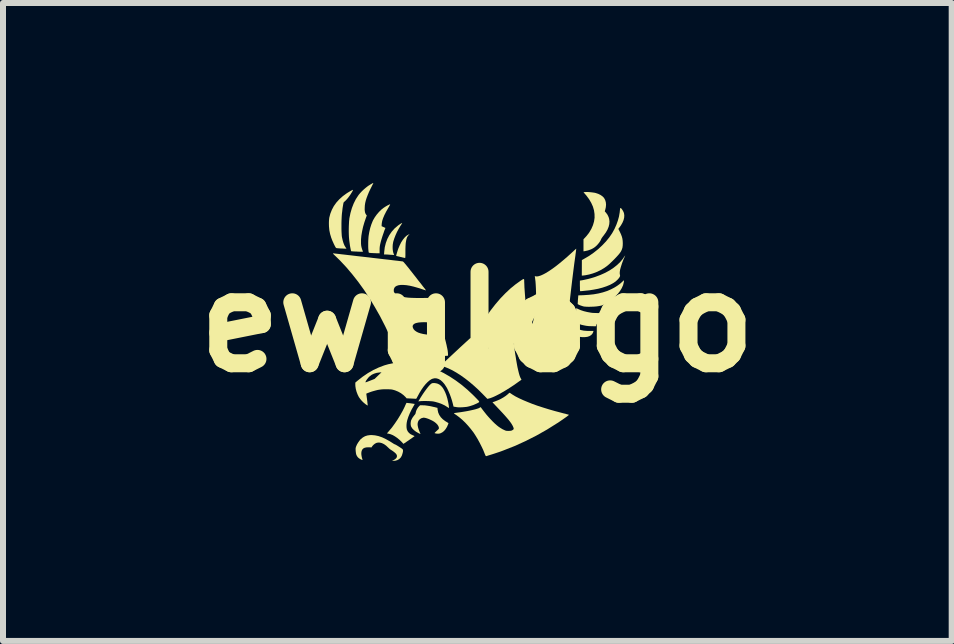
<source format=kicad_pcb>
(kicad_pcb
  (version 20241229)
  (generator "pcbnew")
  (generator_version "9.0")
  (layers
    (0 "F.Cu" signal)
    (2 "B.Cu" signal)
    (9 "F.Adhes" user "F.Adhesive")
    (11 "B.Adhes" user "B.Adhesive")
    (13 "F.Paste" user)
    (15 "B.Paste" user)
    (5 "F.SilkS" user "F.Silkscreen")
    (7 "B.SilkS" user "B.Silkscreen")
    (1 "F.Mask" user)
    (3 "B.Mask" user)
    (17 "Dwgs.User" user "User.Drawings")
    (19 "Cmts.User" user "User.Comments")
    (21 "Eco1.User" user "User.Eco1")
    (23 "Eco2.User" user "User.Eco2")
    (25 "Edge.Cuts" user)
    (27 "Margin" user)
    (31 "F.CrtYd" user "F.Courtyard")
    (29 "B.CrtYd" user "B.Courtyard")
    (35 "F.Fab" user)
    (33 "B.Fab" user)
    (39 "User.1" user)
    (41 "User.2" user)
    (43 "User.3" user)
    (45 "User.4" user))
  (footprint "ewulogo"
    (layer "F.Cu")
    (at 4.906 2.315)
    (property "Reference" "ewulogo" (at 0 0 0) (layer "F.SilkS") (effects (font (size 1.524 1.524) (thickness 0.3))))
    (attr board_only exclude_from_pos_files exclude_from_bom)
    (fp_poly (pts (xy 2.468 -1.113) (xy 2.466 -1.111) (xy 2.464 -1.113) (xy 2.466 -1.115)) (stroke (width 0) (type solid)) (fill yes) (layer "F.SilkS"))
    (fp_poly (pts (xy 1.631 0.077) (xy 1.64 0.088) (xy 1.641 0.088) (xy 1.664 0.109) (xy 1.694 0.125) (xy 1.73 0.137) (xy 1.774 0.146) (xy 1.825 0.15) (xy 1.864 0.151) (xy 1.935 0.151) (xy 1.932 0.166) (xy 1.927 0.179) (xy 1.919 0.194) (xy 1.916 0.199) (xy 1.895 0.221) (xy 1.867 0.238) (xy 1.833 0.249) (xy 1.792 0.254) (xy 1.746 0.254) (xy 1.705 0.249) (xy 1.683 0.245) (xy 1.661 0.241) (xy 1.643 0.237) (xy 1.641 0.237) (xy 1.616 0.23) (xy 1.617 0.16) (xy 1.618 0.134) (xy 1.618 0.112) (xy 1.619 0.093) (xy 1.62 0.081) (xy 1.621 0.078) (xy 1.622 0.073) (xy 1.625 0.072)) (stroke (width 0) (type solid)) (fill yes) (layer "F.SilkS"))
    (fp_poly (pts (xy -1.146 -1.446) (xy -1.16 -1.429) (xy -1.172 -1.408) (xy -1.181 -1.382) (xy -1.188 -1.35) (xy -1.194 -1.312) (xy -1.197 -1.266) (xy -1.199 -1.213) (xy -1.199 -1.176) (xy -1.199 -1.138) (xy -1.199 -1.108) (xy -1.2 -1.087) (xy -1.201 -1.073) (xy -1.203 -1.066) (xy -1.204 -1.065) (xy -1.21 -1.066) (xy -1.223 -1.069) (xy -1.242 -1.073) (xy -1.265 -1.079) (xy -1.28 -1.082) (xy -1.304 -1.088) (xy -1.325 -1.093) (xy -1.341 -1.096) (xy -1.35 -1.099) (xy -1.352 -1.1) (xy -1.352 -1.105) (xy -1.35 -1.117) (xy -1.345 -1.134) (xy -1.339 -1.155) (xy -1.332 -1.177) (xy -1.325 -1.2) (xy -1.318 -1.22) (xy -1.318 -1.22) (xy -1.294 -1.277) (xy -1.269 -1.327) (xy -1.241 -1.37) (xy -1.212 -1.406) (xy -1.183 -1.434) (xy -1.152 -1.453) (xy -1.145 -1.456) (xy -1.128 -1.463)) (stroke (width 0) (type solid)) (fill yes) (layer "F.SilkS"))
    (fp_poly (pts (xy -1.252 -1.648) (xy -1.255 -1.644) (xy -1.261 -1.633) (xy -1.27 -1.618) (xy -1.278 -1.607) (xy -1.309 -1.555) (xy -1.338 -1.501) (xy -1.363 -1.446) (xy -1.384 -1.392) (xy -1.4 -1.342) (xy -1.404 -1.324) (xy -1.41 -1.288) (xy -1.412 -1.25) (xy -1.411 -1.212) (xy -1.407 -1.178) (xy -1.4 -1.149) (xy -1.398 -1.144) (xy -1.386 -1.115) (xy -1.403 -1.116) (xy -1.414 -1.117) (xy -1.432 -1.118) (xy -1.454 -1.119) (xy -1.467 -1.12) (xy -1.49 -1.122) (xy -1.511 -1.123) (xy -1.528 -1.124) (xy -1.535 -1.124) (xy -1.555 -1.124) (xy -1.552 -1.169) (xy -1.543 -1.244) (xy -1.525 -1.316) (xy -1.5 -1.383) (xy -1.467 -1.446) (xy -1.427 -1.504) (xy -1.38 -1.557) (xy -1.326 -1.603) (xy -1.324 -1.605) (xy -1.306 -1.618) (xy -1.288 -1.63) (xy -1.273 -1.64) (xy -1.261 -1.646) (xy -1.254 -1.649)) (stroke (width 0) (type solid)) (fill yes) (layer "F.SilkS"))
    (fp_poly (pts (xy -0.707 1.02) (xy -0.67 1.027) (xy -0.636 1.042) (xy -0.606 1.065) (xy -0.578 1.097) (xy -0.556 1.133) (xy -0.535 1.176) (xy -0.516 1.225) (xy -0.5 1.278) (xy -0.487 1.335) (xy -0.48 1.371) (xy -0.477 1.39) (xy -0.475 1.408) (xy -0.473 1.42) (xy -0.473 1.42) (xy -0.472 1.43) (xy -0.474 1.435) (xy -0.474 1.435) (xy -0.479 1.432) (xy -0.49 1.426) (xy -0.501 1.419) (xy -0.542 1.393) (xy -0.59 1.37) (xy -0.643 1.35) (xy -0.698 1.334) (xy -0.729 1.327) (xy -0.749 1.324) (xy -0.776 1.322) (xy -0.808 1.32) (xy -0.842 1.319) (xy -0.876 1.319) (xy -0.909 1.319) (xy -0.937 1.32) (xy -0.958 1.322) (xy -0.961 1.322) (xy -0.984 1.325) (xy -0.971 1.304) (xy -0.949 1.267) (xy -0.925 1.229) (xy -0.9 1.191) (xy -0.875 1.155) (xy -0.85 1.121) (xy -0.827 1.091) (xy -0.806 1.066) (xy -0.789 1.048) (xy -0.787 1.046) (xy -0.772 1.033) (xy -0.759 1.024) (xy -0.744 1.02) (xy -0.726 1.019)) (stroke (width 0) (type solid)) (fill yes) (layer "F.SilkS"))
    (fp_poly (pts (xy 2.444 -0.688) (xy 2.443 -0.677) (xy 2.441 -0.661) (xy 2.429 -0.612) (xy 2.407 -0.563) (xy 2.377 -0.514) (xy 2.339 -0.465) (xy 2.292 -0.418) (xy 2.238 -0.372) (xy 2.175 -0.327) (xy 2.14 -0.305) (xy 2.121 -0.294) (xy 2.104 -0.285) (xy 2.087 -0.278) (xy 2.067 -0.272) (xy 2.044 -0.267) (xy 2.014 -0.262) (xy 1.986 -0.258) (xy 1.964 -0.256) (xy 1.936 -0.254) (xy 1.905 -0.253) (xy 1.873 -0.252) (xy 1.842 -0.252) (xy 1.814 -0.253) (xy 1.791 -0.255) (xy 1.778 -0.256) (xy 1.755 -0.262) (xy 1.731 -0.27) (xy 1.708 -0.278) (xy 1.69 -0.287) (xy 1.687 -0.288) (xy 1.672 -0.297) (xy 1.675 -0.342) (xy 1.676 -0.365) (xy 1.678 -0.389) (xy 1.68 -0.409) (xy 1.68 -0.414) (xy 1.683 -0.442) (xy 1.765 -0.445) (xy 1.856 -0.451) (xy 1.94 -0.46) (xy 2.019 -0.474) (xy 2.092 -0.492) (xy 2.163 -0.515) (xy 2.166 -0.516) (xy 2.226 -0.542) (xy 2.284 -0.572) (xy 2.338 -0.606) (xy 2.386 -0.642) (xy 2.408 -0.662) (xy 2.423 -0.676) (xy 2.434 -0.686) (xy 2.442 -0.692) (xy 2.444 -0.693)) (stroke (width 0) (type solid)) (fill yes) (layer "F.SilkS"))
    (fp_poly (pts (xy -1.177 1.35) (xy -1.165 1.351) (xy -1.149 1.353) (xy -1.128 1.355) (xy -1.107 1.358) (xy -1.086 1.361) (xy -1.067 1.364) (xy -1.053 1.366) (xy -1.045 1.367) (xy -1.044 1.368) (xy -1.046 1.372) (xy -1.051 1.382) (xy -1.059 1.396) (xy -1.063 1.403) (xy -1.097 1.463) (xy -1.126 1.523) (xy -1.15 1.581) (xy -1.168 1.637) (xy -1.17 1.645) (xy -1.176 1.673) (xy -1.18 1.704) (xy -1.181 1.735) (xy -1.18 1.763) (xy -1.176 1.786) (xy -1.176 1.79) (xy -1.162 1.822) (xy -1.14 1.85) (xy -1.112 1.872) (xy -1.077 1.889) (xy -1.074 1.891) (xy -1.06 1.896) (xy -1.05 1.901) (xy -1.047 1.904) (xy -1.051 1.908) (xy -1.062 1.916) (xy -1.078 1.927) (xy -1.098 1.942) (xy -1.122 1.958) (xy -1.14 1.971) (xy -1.232 2.033) (xy -1.261 2.001) (xy -1.296 1.967) (xy -1.333 1.936) (xy -1.372 1.909) (xy -1.41 1.887) (xy -1.447 1.872) (xy -1.477 1.864) (xy -1.507 1.859) (xy -1.473 1.819) (xy -1.424 1.761) (xy -1.376 1.695) (xy -1.328 1.624) (xy -1.284 1.552) (xy -1.243 1.479) (xy -1.208 1.408) (xy -1.206 1.402) (xy -1.197 1.382) (xy -1.189 1.366) (xy -1.184 1.355) (xy -1.182 1.35) (xy -1.182 1.35)) (stroke (width 0) (type solid)) (fill yes) (layer "F.SilkS"))
    (fp_poly (pts (xy 1.839 -2.165) (xy 1.868 -2.163) (xy 1.899 -2.16) (xy 1.93 -2.156) (xy 1.956 -2.152) (xy 1.973 -2.148) (xy 2.015 -2.134) (xy 2.052 -2.116) (xy 2.084 -2.094) (xy 2.109 -2.069) (xy 2.112 -2.065) (xy 2.13 -2.032) (xy 2.141 -1.995) (xy 2.145 -1.954) (xy 2.141 -1.91) (xy 2.134 -1.879) (xy 2.124 -1.842) (xy 2.144 -1.82) (xy 2.169 -1.786) (xy 2.188 -1.746) (xy 2.197 -1.715) (xy 2.202 -1.674) (xy 2.199 -1.63) (xy 2.188 -1.585) (xy 2.169 -1.538) (xy 2.142 -1.491) (xy 2.108 -1.444) (xy 2.101 -1.435) (xy 2.087 -1.417) (xy 2.075 -1.4) (xy 2.066 -1.385) (xy 2.064 -1.38) (xy 2.05 -1.35) (xy 2.029 -1.319) (xy 2.004 -1.289) (xy 1.976 -1.261) (xy 1.947 -1.238) (xy 1.944 -1.236) (xy 1.897 -1.21) (xy 1.844 -1.191) (xy 1.795 -1.18) (xy 1.769 -1.176) (xy 1.769 -1.377) (xy 1.802 -1.412) (xy 1.82 -1.432) (xy 1.839 -1.456) (xy 1.857 -1.479) (xy 1.864 -1.489) (xy 1.9 -1.55) (xy 1.927 -1.612) (xy 1.945 -1.674) (xy 1.954 -1.736) (xy 1.953 -1.798) (xy 1.944 -1.86) (xy 1.926 -1.922) (xy 1.898 -1.984) (xy 1.862 -2.045) (xy 1.817 -2.106) (xy 1.803 -2.122) (xy 1.769 -2.161) (xy 1.794 -2.164) (xy 1.813 -2.165)) (stroke (width 0) (type solid)) (fill yes) (layer "F.SilkS"))
    (fp_poly (pts (xy 2.461 -1.1) (xy 2.457 -1.089) (xy 2.45 -1.073) (xy 2.443 -1.058) (xy 2.433 -1.034) (xy 2.422 -1.005) (xy 2.411 -0.976) (xy 2.405 -0.957) (xy 2.39 -0.91) (xy 2.379 -0.869) (xy 2.374 -0.835) (xy 2.373 -0.808) (xy 2.376 -0.786) (xy 2.377 -0.783) (xy 2.379 -0.769) (xy 2.374 -0.752) (xy 2.362 -0.733) (xy 2.343 -0.71) (xy 2.34 -0.707) (xy 2.305 -0.674) (xy 2.262 -0.645) (xy 2.21 -0.617) (xy 2.151 -0.593) (xy 2.085 -0.571) (xy 2.013 -0.552) (xy 1.934 -0.537) (xy 1.895 -0.531) (xy 1.871 -0.527) (xy 1.843 -0.524) (xy 1.813 -0.521) (xy 1.784 -0.518) (xy 1.758 -0.515) (xy 1.735 -0.513) (xy 1.719 -0.512) (xy 1.715 -0.512) (xy 1.713 -0.514) (xy 1.712 -0.521) (xy 1.71 -0.534) (xy 1.71 -0.554) (xy 1.71 -0.581) (xy 1.709 -0.6) (xy 1.709 -0.688) (xy 1.747 -0.694) (xy 1.773 -0.699) (xy 1.804 -0.706) (xy 1.84 -0.714) (xy 1.877 -0.724) (xy 1.914 -0.734) (xy 1.947 -0.744) (xy 1.968 -0.751) (xy 2.053 -0.783) (xy 2.133 -0.819) (xy 2.206 -0.859) (xy 2.272 -0.903) (xy 2.33 -0.949) (xy 2.381 -0.998) (xy 2.424 -1.05) (xy 2.44 -1.074) (xy 2.45 -1.089) (xy 2.457 -1.099) (xy 2.462 -1.104) (xy 2.462 -1.105)) (stroke (width 0) (type solid)) (fill yes) (layer "F.SilkS"))
    (fp_poly (pts (xy 1.653 -0.227) (xy 1.664 -0.222) (xy 1.678 -0.215) (xy 1.722 -0.196) (xy 1.773 -0.179) (xy 1.83 -0.165) (xy 1.89 -0.154) (xy 1.92 -0.15) (xy 1.944 -0.149) (xy 1.975 -0.148) (xy 2.011 -0.147) (xy 2.049 -0.148) (xy 2.088 -0.149) (xy 2.124 -0.15) (xy 2.155 -0.153) (xy 2.18 -0.156) (xy 2.196 -0.158) (xy 2.209 -0.159) (xy 2.215 -0.159) (xy 2.215 -0.159) (xy 2.213 -0.155) (xy 2.205 -0.149) (xy 2.195 -0.142) (xy 2.172 -0.125) (xy 2.146 -0.104) (xy 2.118 -0.082) (xy 2.09 -0.059) (xy 2.064 -0.037) (xy 2.042 -0.018) (xy 2.03 -0.007) (xy 2.007 0.016) (xy 1.991 0.035) (xy 1.982 0.051) (xy 1.98 0.062) (xy 1.981 0.064) (xy 1.981 0.068) (xy 1.979 0.07) (xy 1.974 0.072) (xy 1.963 0.073) (xy 1.946 0.073) (xy 1.927 0.072) (xy 1.904 0.072) (xy 1.883 0.071) (xy 1.865 0.071) (xy 1.856 0.07) (xy 1.813 0.065) (xy 1.773 0.057) (xy 1.737 0.049) (xy 1.706 0.039) (xy 1.682 0.028) (xy 1.67 0.021) (xy 1.654 0.006) (xy 1.644 -0.009) (xy 1.64 -0.027) (xy 1.64 -0.043) (xy 1.64 -0.067) (xy 1.641 -0.094) (xy 1.642 -0.121) (xy 1.644 -0.149) (xy 1.645 -0.174) (xy 1.646 -0.197) (xy 1.647 -0.214) (xy 1.648 -0.225) (xy 1.648 -0.229)) (stroke (width 0) (type solid)) (fill yes) (layer "F.SilkS"))
    (fp_poly (pts (xy 2.389 -1.898) (xy 2.394 -1.895) (xy 2.405 -1.884) (xy 2.417 -1.867) (xy 2.429 -1.847) (xy 2.438 -1.827) (xy 2.443 -1.815) (xy 2.449 -1.778) (xy 2.447 -1.739) (xy 2.437 -1.697) (xy 2.419 -1.654) (xy 2.394 -1.61) (xy 2.375 -1.583) (xy 2.35 -1.55) (xy 2.375 -1.501) (xy 2.394 -1.46) (xy 2.408 -1.423) (xy 2.417 -1.389) (xy 2.422 -1.354) (xy 2.424 -1.315) (xy 2.424 -1.312) (xy 2.423 -1.274) (xy 2.419 -1.24) (xy 2.41 -1.21) (xy 2.397 -1.181) (xy 2.378 -1.151) (xy 2.353 -1.12) (xy 2.326 -1.09) (xy 2.289 -1.051) (xy 2.256 -1.018) (xy 2.228 -0.991) (xy 2.203 -0.967) (xy 2.18 -0.947) (xy 2.158 -0.929) (xy 2.135 -0.913) (xy 2.112 -0.897) (xy 2.101 -0.89) (xy 2.047 -0.859) (xy 1.987 -0.831) (xy 1.926 -0.808) (xy 1.863 -0.79) (xy 1.803 -0.778) (xy 1.774 -0.774) (xy 1.741 -0.771) (xy 1.742 -1.031) (xy 1.784 -1.054) (xy 1.863 -1.1) (xy 1.94 -1.154) (xy 2.013 -1.212) (xy 2.081 -1.275) (xy 2.144 -1.341) (xy 2.2 -1.41) (xy 2.248 -1.48) (xy 2.251 -1.486) (xy 2.286 -1.549) (xy 2.316 -1.616) (xy 2.341 -1.685) (xy 2.36 -1.754) (xy 2.372 -1.821) (xy 2.375 -1.85) (xy 2.377 -1.868) (xy 2.379 -1.883) (xy 2.381 -1.893) (xy 2.381 -1.893) (xy 2.384 -1.899)) (stroke (width 0) (type solid)) (fill yes) (layer "F.SilkS"))
    (fp_poly (pts (xy -1.454 -1.956) (xy -1.459 -1.945) (xy -1.467 -1.93) (xy -1.478 -1.911) (xy -1.484 -1.901) (xy -1.52 -1.838) (xy -1.549 -1.781) (xy -1.571 -1.729) (xy -1.586 -1.683) (xy -1.593 -1.643) (xy -1.594 -1.633) (xy -1.596 -1.595) (xy -1.564 -1.581) (xy -1.532 -1.566) (xy -1.541 -1.543) (xy -1.551 -1.519) (xy -1.561 -1.488) (xy -1.573 -1.454) (xy -1.585 -1.418) (xy -1.596 -1.382) (xy -1.606 -1.349) (xy -1.613 -1.321) (xy -1.616 -1.309) (xy -1.623 -1.277) (xy -1.627 -1.249) (xy -1.629 -1.219) (xy -1.629 -1.199) (xy -1.629 -1.143) (xy -1.661 -1.144) (xy -1.679 -1.144) (xy -1.703 -1.145) (xy -1.729 -1.146) (xy -1.749 -1.147) (xy -1.771 -1.148) (xy -1.789 -1.15) (xy -1.802 -1.152) (xy -1.808 -1.153) (xy -1.808 -1.153) (xy -1.811 -1.161) (xy -1.814 -1.176) (xy -1.816 -1.198) (xy -1.818 -1.225) (xy -1.819 -1.256) (xy -1.819 -1.289) (xy -1.819 -1.322) (xy -1.818 -1.356) (xy -1.816 -1.388) (xy -1.814 -1.416) (xy -1.812 -1.434) (xy -1.801 -1.499) (xy -1.786 -1.564) (xy -1.767 -1.624) (xy -1.745 -1.679) (xy -1.737 -1.696) (xy -1.709 -1.744) (xy -1.676 -1.79) (xy -1.638 -1.834) (xy -1.598 -1.873) (xy -1.557 -1.905) (xy -1.553 -1.907) (xy -1.532 -1.921) (xy -1.51 -1.934) (xy -1.49 -1.945) (xy -1.473 -1.953) (xy -1.46 -1.959) (xy -1.453 -1.96)) (stroke (width 0) (type solid)) (fill yes) (layer "F.SilkS"))
    (fp_poly (pts (xy -2.072 -2.201) (xy -2.073 -2.196) (xy -2.078 -2.185) (xy -2.087 -2.168) (xy -2.1 -2.147) (xy -2.115 -2.123) (xy -2.127 -2.105) (xy -2.142 -2.085) (xy -2.158 -2.064) (xy -2.176 -2.043) (xy -2.194 -2.024) (xy -2.209 -2.009) (xy -2.221 -2) (xy -2.223 -1.999) (xy -2.227 -1.993) (xy -2.232 -1.979) (xy -2.236 -1.958) (xy -2.241 -1.929) (xy -2.247 -1.891) (xy -2.252 -1.845) (xy -2.257 -1.806) (xy -2.26 -1.771) (xy -2.262 -1.731) (xy -2.264 -1.687) (xy -2.265 -1.642) (xy -2.265 -1.596) (xy -2.265 -1.551) (xy -2.264 -1.509) (xy -2.262 -1.471) (xy -2.26 -1.439) (xy -2.257 -1.414) (xy -2.256 -1.41) (xy -2.245 -1.36) (xy -2.232 -1.316) (xy -2.217 -1.278) (xy -2.201 -1.25) (xy -2.181 -1.22) (xy -2.214 -1.221) (xy -2.233 -1.222) (xy -2.257 -1.223) (xy -2.283 -1.224) (xy -2.297 -1.225) (xy -2.324 -1.227) (xy -2.344 -1.229) (xy -2.354 -1.233) (xy -2.356 -1.234) (xy -2.361 -1.241) (xy -2.37 -1.256) (xy -2.38 -1.275) (xy -2.392 -1.299) (xy -2.403 -1.324) (xy -2.415 -1.35) (xy -2.425 -1.375) (xy -2.433 -1.397) (xy -2.434 -1.398) (xy -2.454 -1.464) (xy -2.467 -1.528) (xy -2.473 -1.593) (xy -2.474 -1.632) (xy -2.474 -1.659) (xy -2.473 -1.686) (xy -2.471 -1.709) (xy -2.469 -1.727) (xy -2.469 -1.732) (xy -2.451 -1.802) (xy -2.425 -1.868) (xy -2.392 -1.93) (xy -2.35 -1.989) (xy -2.301 -2.043) (xy -2.243 -2.095) (xy -2.183 -2.139) (xy -2.165 -2.151) (xy -2.145 -2.163) (xy -2.125 -2.175) (xy -2.106 -2.186) (xy -2.09 -2.194) (xy -2.078 -2.2) (xy -2.072 -2.201)) (stroke (width 0) (type solid)) (fill yes) (layer "F.SilkS"))
    (fp_poly (pts (xy -1.733 -2.315) (xy -1.733 -2.314) (xy -1.736 -2.309) (xy -1.741 -2.297) (xy -1.75 -2.28) (xy -1.761 -2.258) (xy -1.773 -2.233) (xy -1.777 -2.226) (xy -1.805 -2.168) (xy -1.827 -2.115) (xy -1.845 -2.068) (xy -1.859 -2.024) (xy -1.869 -1.983) (xy -1.875 -1.943) (xy -1.877 -1.908) (xy -1.878 -1.871) (xy -1.875 -1.842) (xy -1.87 -1.818) (xy -1.861 -1.798) (xy -1.854 -1.788) (xy -1.843 -1.773) (xy -1.857 -1.735) (xy -1.883 -1.659) (xy -1.905 -1.583) (xy -1.921 -1.509) (xy -1.933 -1.439) (xy -1.939 -1.373) (xy -1.939 -1.342) (xy -1.939 -1.303) (xy -1.936 -1.27) (xy -1.93 -1.241) (xy -1.922 -1.214) (xy -1.917 -1.198) (xy -1.911 -1.184) (xy -1.908 -1.173) (xy -1.907 -1.169) (xy -1.907 -1.169) (xy -1.912 -1.169) (xy -1.924 -1.169) (xy -1.943 -1.169) (xy -1.967 -1.17) (xy -1.995 -1.171) (xy -2.004 -1.172) (xy -2.033 -1.173) (xy -2.059 -1.174) (xy -2.08 -1.176) (xy -2.095 -1.177) (xy -2.103 -1.178) (xy -2.103 -1.179) (xy -2.106 -1.185) (xy -2.109 -1.198) (xy -2.113 -1.218) (xy -2.118 -1.243) (xy -2.123 -1.27) (xy -2.127 -1.3) (xy -2.131 -1.329) (xy -2.135 -1.358) (xy -2.137 -1.377) (xy -2.14 -1.412) (xy -2.142 -1.454) (xy -2.143 -1.499) (xy -2.143 -1.546) (xy -2.142 -1.593) (xy -2.14 -1.637) (xy -2.138 -1.678) (xy -2.134 -1.712) (xy -2.133 -1.725) (xy -2.115 -1.814) (xy -2.091 -1.897) (xy -2.061 -1.974) (xy -2.025 -2.046) (xy -1.983 -2.11) (xy -1.978 -2.117) (xy -1.954 -2.146) (xy -1.924 -2.178) (xy -1.891 -2.209) (xy -1.857 -2.238) (xy -1.826 -2.262) (xy -1.819 -2.267) (xy -1.798 -2.28) (xy -1.778 -2.293) (xy -1.76 -2.303) (xy -1.746 -2.311) (xy -1.736 -2.315)) (stroke (width 0) (type solid)) (fill yes) (layer "F.SilkS"))
    (fp_poly (pts (xy -0.875 1.391) (xy -0.831 1.397) (xy -0.782 1.405) (xy -0.73 1.417) (xy -0.715 1.42) (xy -0.665 1.433) (xy -0.662 1.465) (xy -0.653 1.509) (xy -0.636 1.549) (xy -0.611 1.587) (xy -0.577 1.622) (xy -0.535 1.654) (xy -0.512 1.668) (xy -0.481 1.687) (xy -0.487 1.706) (xy -0.506 1.75) (xy -0.529 1.787) (xy -0.555 1.818) (xy -0.584 1.841) (xy -0.616 1.857) (xy -0.641 1.863) (xy -0.654 1.863) (xy -0.67 1.863) (xy -0.686 1.861) (xy -0.7 1.858) (xy -0.71 1.855) (xy -0.713 1.852) (xy -0.71 1.848) (xy -0.701 1.839) (xy -0.689 1.827) (xy -0.676 1.815) (xy -0.66 1.8) (xy -0.649 1.79) (xy -0.643 1.782) (xy -0.641 1.775) (xy -0.641 1.768) (xy -0.641 1.763) (xy -0.649 1.738) (xy -0.665 1.713) (xy -0.689 1.688) (xy -0.72 1.664) (xy -0.758 1.642) (xy -0.766 1.639) (xy -0.806 1.62) (xy -0.842 1.607) (xy -0.872 1.599) (xy -0.896 1.596) (xy -0.901 1.597) (xy -0.932 1.605) (xy -0.957 1.62) (xy -0.977 1.641) (xy -0.99 1.667) (xy -0.996 1.699) (xy -0.996 1.706) (xy -0.994 1.73) (xy -0.988 1.759) (xy -0.979 1.79) (xy -0.967 1.822) (xy -0.964 1.829) (xy -0.957 1.847) (xy -0.951 1.86) (xy -0.948 1.868) (xy -0.948 1.869) (xy -0.952 1.868) (xy -0.962 1.863) (xy -0.977 1.856) (xy -0.981 1.854) (xy -1.023 1.83) (xy -1.058 1.803) (xy -1.086 1.774) (xy -1.105 1.742) (xy -1.105 1.741) (xy -1.11 1.721) (xy -1.112 1.696) (xy -1.11 1.67) (xy -1.105 1.645) (xy -1.102 1.637) (xy -1.083 1.6) (xy -1.057 1.564) (xy -1.047 1.552) (xy -1.035 1.537) (xy -1.029 1.522) (xy -1.027 1.511) (xy -1.02 1.484) (xy -1.007 1.455) (xy -0.99 1.428) (xy -0.976 1.411) (xy -0.955 1.39) (xy -0.912 1.39)) (stroke (width 0) (type solid)) (fill yes) (layer "F.SilkS"))
    (fp_poly (pts (xy -1.706 1.891) (xy -1.648 1.903) (xy -1.587 1.924) (xy -1.524 1.954) (xy -1.458 1.991) (xy -1.431 2.008) (xy -1.412 2.02) (xy -1.395 2.031) (xy -1.382 2.038) (xy -1.375 2.041) (xy -1.363 2.046) (xy -1.345 2.056) (xy -1.322 2.07) (xy -1.297 2.086) (xy -1.274 2.101) (xy -1.257 2.113) (xy -1.246 2.123) (xy -1.24 2.133) (xy -1.239 2.145) (xy -1.24 2.162) (xy -1.245 2.185) (xy -1.245 2.185) (xy -1.257 2.225) (xy -1.275 2.258) (xy -1.299 2.283) (xy -1.328 2.302) (xy -1.363 2.313) (xy -1.39 2.316) (xy -1.424 2.318) (xy -1.396 2.304) (xy -1.369 2.287) (xy -1.35 2.269) (xy -1.341 2.25) (xy -1.34 2.23) (xy -1.346 2.213) (xy -1.355 2.199) (xy -1.371 2.183) (xy -1.39 2.167) (xy -1.412 2.151) (xy -1.43 2.139) (xy -1.449 2.127) (xy -1.468 2.112) (xy -1.485 2.096) (xy -1.52 2.063) (xy -1.555 2.038) (xy -1.59 2.021) (xy -1.624 2.012) (xy -1.655 2.011) (xy -1.685 2.018) (xy -1.687 2.019) (xy -1.71 2.032) (xy -1.732 2.05) (xy -1.75 2.07) (xy -1.755 2.077) (xy -1.764 2.092) (xy -1.804 2.09) (xy -1.843 2.091) (xy -1.875 2.097) (xy -1.9 2.109) (xy -1.918 2.128) (xy -1.929 2.152) (xy -1.934 2.183) (xy -1.934 2.191) (xy -1.933 2.214) (xy -1.929 2.239) (xy -1.924 2.263) (xy -1.918 2.283) (xy -1.915 2.291) (xy -1.913 2.298) (xy -1.918 2.3) (xy -1.927 2.298) (xy -1.94 2.293) (xy -1.954 2.285) (xy -1.969 2.276) (xy -1.983 2.265) (xy -1.992 2.256) (xy -2.006 2.237) (xy -2.017 2.215) (xy -2.023 2.19) (xy -2.027 2.159) (xy -2.028 2.147) (xy -2.029 2.125) (xy -2.029 2.109) (xy -2.027 2.097) (xy -2.023 2.083) (xy -2.018 2.07) (xy -2.005 2.041) (xy -1.987 2.011) (xy -1.967 1.983) (xy -1.948 1.959) (xy -1.942 1.953) (xy -1.908 1.926) (xy -1.873 1.906) (xy -1.833 1.893) (xy -1.79 1.887) (xy -1.762 1.886)) (stroke (width 0) (type solid)) (fill yes) (layer "F.SilkS"))
    (fp_poly (pts (xy 0.541 1.182) (xy 0.584 1.211) (xy 0.635 1.242) (xy 0.694 1.272) (xy 0.761 1.303) (xy 0.835 1.334) (xy 0.915 1.366) (xy 1.001 1.397) (xy 1.094 1.427) (xy 1.191 1.457) (xy 1.292 1.486) (xy 1.398 1.514) (xy 1.439 1.525) (xy 1.466 1.531) (xy 1.489 1.538) (xy 1.508 1.543) (xy 1.521 1.547) (xy 1.526 1.549) (xy 1.527 1.549) (xy 1.523 1.553) (xy 1.512 1.562) (xy 1.497 1.574) (xy 1.476 1.589) (xy 1.452 1.606) (xy 1.425 1.625) (xy 1.397 1.644) (xy 1.368 1.664) (xy 1.34 1.683) (xy 1.331 1.688) (xy 1.159 1.796) (xy 0.982 1.896) (xy 0.802 1.987) (xy 0.619 2.07) (xy 0.431 2.144) (xy 0.391 2.159) (xy 0.362 2.169) (xy 0.329 2.18) (xy 0.293 2.192) (xy 0.256 2.204) (xy 0.221 2.215) (xy 0.188 2.225) (xy 0.161 2.234) (xy 0.146 2.238) (xy 0.142 2.236) (xy 0.137 2.23) (xy 0.131 2.217) (xy 0.122 2.196) (xy 0.119 2.188) (xy 0.096 2.131) (xy 0.067 2.071) (xy 0.035 2.008) (xy 0.002 1.948) (xy -0.033 1.891) (xy -0.065 1.842) (xy -0.108 1.786) (xy -0.154 1.731) (xy -0.202 1.679) (xy -0.252 1.631) (xy -0.302 1.589) (xy -0.35 1.553) (xy -0.376 1.536) (xy -0.385 1.53) (xy -0.389 1.526) (xy -0.387 1.522) (xy -0.378 1.519) (xy -0.361 1.516) (xy -0.338 1.513) (xy -0.279 1.505) (xy -0.223 1.496) (xy -0.17 1.487) (xy -0.12 1.477) (xy -0.076 1.467) (xy -0.037 1.458) (xy -0.004 1.448) (xy 0.022 1.439) (xy 0.039 1.43) (xy 0.047 1.425) (xy 0.051 1.421) (xy 0.056 1.422) (xy 0.062 1.429) (xy 0.069 1.439) (xy 0.093 1.471) (xy 0.122 1.508) (xy 0.153 1.547) (xy 0.186 1.585) (xy 0.218 1.62) (xy 0.248 1.651) (xy 0.251 1.655) (xy 0.29 1.693) (xy 0.325 1.724) (xy 0.358 1.75) (xy 0.39 1.771) (xy 0.422 1.79) (xy 0.433 1.795) (xy 0.454 1.805) (xy 0.468 1.811) (xy 0.481 1.815) (xy 0.494 1.816) (xy 0.511 1.817) (xy 0.519 1.817) (xy 0.54 1.816) (xy 0.556 1.815) (xy 0.569 1.812) (xy 0.581 1.806) (xy 0.582 1.806) (xy 0.596 1.797) (xy 0.604 1.788) (xy 0.606 1.777) (xy 0.602 1.762) (xy 0.593 1.741) (xy 0.593 1.74) (xy 0.581 1.718) (xy 0.566 1.693) (xy 0.546 1.665) (xy 0.522 1.634) (xy 0.493 1.6) (xy 0.459 1.561) (xy 0.419 1.517) (xy 0.373 1.468) (xy 0.337 1.43) (xy 0.252 1.34) (xy 0.293 1.326) (xy 0.343 1.306) (xy 0.392 1.283) (xy 0.436 1.258) (xy 0.475 1.232) (xy 0.507 1.206) (xy 0.512 1.202) (xy 0.526 1.188) (xy 0.536 1.182)) (stroke (width 0) (type solid)) (fill yes) (layer "F.SilkS"))
    (fp_poly (pts (xy -1.123 0.676) (xy -1.032 0.686) (xy -0.97 0.697) (xy -0.868 0.724) (xy -0.766 0.758) (xy -0.663 0.802) (xy -0.56 0.853) (xy -0.458 0.912) (xy -0.358 0.978) (xy -0.26 1.051) (xy -0.165 1.131) (xy -0.073 1.217) (xy -0.009 1.282) (xy 0.01 1.302) (xy 0.023 1.316) (xy 0.03 1.327) (xy 0.03 1.334) (xy 0.025 1.341) (xy 0.013 1.348) (xy -0.005 1.358) (xy -0.014 1.362) (xy -0.066 1.385) (xy -0.121 1.403) (xy -0.156 1.412) (xy -0.183 1.417) (xy -0.216 1.42) (xy -0.25 1.423) (xy -0.283 1.424) (xy -0.313 1.424) (xy -0.337 1.422) (xy -0.338 1.422) (xy -0.356 1.419) (xy -0.373 1.416) (xy -0.38 1.415) (xy -0.397 1.412) (xy -0.407 1.37) (xy -0.422 1.314) (xy -0.44 1.258) (xy -0.46 1.204) (xy -0.482 1.153) (xy -0.503 1.108) (xy -0.516 1.086) (xy -0.546 1.04) (xy -0.578 1.002) (xy -0.61 0.973) (xy -0.643 0.953) (xy -0.676 0.942) (xy -0.709 0.939) (xy -0.743 0.946) (xy -0.763 0.954) (xy -0.795 0.974) (xy -0.828 1.002) (xy -0.862 1.037) (xy -0.897 1.08) (xy -0.931 1.129) (xy -0.964 1.183) (xy -0.99 1.231) (xy -1.002 1.253) (xy -1.01 1.268) (xy -1.016 1.277) (xy -1.021 1.282) (xy -1.026 1.282) (xy -1.026 1.282) (xy -1.034 1.281) (xy -1.049 1.28) (xy -1.069 1.279) (xy -1.093 1.278) (xy -1.107 1.277) (xy -1.179 1.274) (xy -1.195 1.255) (xy -1.231 1.22) (xy -1.274 1.188) (xy -1.321 1.162) (xy -1.372 1.141) (xy -1.393 1.135) (xy -1.411 1.13) (xy -1.426 1.127) (xy -1.442 1.125) (xy -1.461 1.124) (xy -1.483 1.123) (xy -1.513 1.123) (xy -1.518 1.123) (xy -1.559 1.123) (xy -1.594 1.125) (xy -1.626 1.129) (xy -1.659 1.134) (xy -1.695 1.143) (xy -1.721 1.15) (xy -1.742 1.156) (xy -1.765 1.163) (xy -1.788 1.171) (xy -1.809 1.179) (xy -1.828 1.186) (xy -1.842 1.192) (xy -1.85 1.196) (xy -1.851 1.197) (xy -1.85 1.202) (xy -1.849 1.215) (xy -1.846 1.234) (xy -1.843 1.258) (xy -1.839 1.286) (xy -1.838 1.297) (xy -1.834 1.326) (xy -1.832 1.351) (xy -1.829 1.371) (xy -1.828 1.386) (xy -1.828 1.393) (xy -1.828 1.394) (xy -1.833 1.392) (xy -1.844 1.385) (xy -1.858 1.376) (xy -1.863 1.372) (xy -1.894 1.347) (xy -1.924 1.318) (xy -1.951 1.286) (xy -1.973 1.255) (xy -1.974 1.254) (xy -1.995 1.212) (xy -2.013 1.165) (xy -2.026 1.117) (xy -2.033 1.07) (xy -2.034 1.042) (xy -2.034 1.012) (xy -2.025 1.004) (xy -1.865 1.004) (xy -1.865 1.006) (xy -1.864 1.007) (xy -1.862 1.007) (xy -1.857 1.006) (xy -1.848 1.003) (xy -1.834 0.998) (xy -1.814 0.99) (xy -1.788 0.98) (xy -1.767 0.972) (xy -1.712 0.95) (xy -1.655 0.895) (xy -1.597 0.84) (xy -1.632 0.843) (xy -1.68 0.85) (xy -1.722 0.863) (xy -1.76 0.881) (xy -1.794 0.907) (xy -1.802 0.914) (xy -1.816 0.928) (xy -1.83 0.946) (xy -1.844 0.964) (xy -1.855 0.981) (xy -1.862 0.995) (xy -1.865 1.004) (xy -2.025 1.004) (xy -1.999 0.982) (xy -1.911 0.913) (xy -1.823 0.853) (xy -1.734 0.802) (xy -1.644 0.76) (xy -1.552 0.725) (xy -1.486 0.706) (xy -1.4 0.688) (xy -1.309 0.676) (xy -1.217 0.672)) (stroke (width 0) (type solid)) (fill yes) (layer "F.SilkS"))
    (fp_poly (pts (xy -2.399 -1.142) (xy -2.385 -1.141) (xy -2.363 -1.138) (xy -2.334 -1.135) (xy -2.299 -1.131) (xy -2.258 -1.126) (xy -2.212 -1.121) (xy -2.162 -1.115) (xy -2.107 -1.109) (xy -2.05 -1.102) (xy -1.99 -1.095) (xy -1.929 -1.088) (xy -1.866 -1.081) (xy -1.803 -1.074) (xy -1.74 -1.066) (xy -1.678 -1.059) (xy -1.618 -1.052) (xy -1.559 -1.045) (xy -1.504 -1.039) (xy -1.452 -1.033) (xy -1.405 -1.027) (xy -1.362 -1.022) (xy -1.325 -1.018) (xy -1.294 -1.014) (xy -1.27 -1.011) (xy -1.254 -1.009) (xy -1.245 -1.008) (xy -1.245 -1.008) (xy -1.242 -1.007) (xy -1.237 -1.004) (xy -1.232 -0.999) (xy -1.224 -0.992) (xy -1.215 -0.981) (xy -1.203 -0.967) (xy -1.187 -0.948) (xy -1.169 -0.926) (xy -1.146 -0.898) (xy -1.12 -0.864) (xy -1.088 -0.824) (xy -1.052 -0.778) (xy -1.044 -0.768) (xy -1.012 -0.727) (xy -0.982 -0.688) (xy -0.953 -0.652) (xy -0.928 -0.62) (xy -0.906 -0.591) (xy -0.887 -0.567) (xy -0.872 -0.548) (xy -0.862 -0.534) (xy -0.856 -0.527) (xy -0.856 -0.526) (xy -0.859 -0.526) (xy -0.87 -0.529) (xy -0.887 -0.534) (xy -0.908 -0.541) (xy -0.927 -0.547) (xy -0.999 -0.57) (xy -1.066 -0.589) (xy -1.127 -0.603) (xy -1.183 -0.612) (xy -1.233 -0.616) (xy -1.276 -0.616) (xy -1.313 -0.611) (xy -1.344 -0.601) (xy -1.367 -0.587) (xy -1.383 -0.568) (xy -1.392 -0.544) (xy -1.393 -0.516) (xy -1.393 -0.51) (xy -1.386 -0.492) (xy -1.371 -0.473) (xy -1.35 -0.456) (xy -1.324 -0.442) (xy -1.312 -0.437) (xy -1.278 -0.426) (xy -1.241 -0.417) (xy -1.2 -0.41) (xy -1.154 -0.404) (xy -1.102 -0.401) (xy -1.043 -0.399) (xy -0.976 -0.398) (xy -0.942 -0.398) (xy -0.807 -0.4) (xy -0.705 -0.186) (xy -0.685 -0.145) (xy -0.667 -0.106) (xy -0.65 -0.071) (xy -0.635 -0.04) (xy -0.623 -0.014) (xy -0.613 0.007) (xy -0.607 0.021) (xy -0.604 0.029) (xy -0.604 0.029) (xy -0.609 0.029) (xy -0.621 0.028) (xy -0.639 0.026) (xy -0.66 0.023) (xy -0.665 0.022) (xy -0.728 0.015) (xy -0.789 0.009) (xy -0.845 0.006) (xy -0.897 0.005) (xy -0.943 0.007) (xy -0.983 0.011) (xy -1.016 0.018) (xy -1.041 0.026) (xy -1.042 0.027) (xy -1.063 0.041) (xy -1.075 0.058) (xy -1.079 0.074) (xy -1.074 0.098) (xy -1.062 0.122) (xy -1.042 0.144) (xy -1.015 0.163) (xy -0.986 0.178) (xy -0.947 0.191) (xy -0.901 0.202) (xy -0.849 0.21) (xy -0.792 0.215) (xy -0.731 0.217) (xy -0.669 0.217) (xy -0.639 0.215) (xy -0.613 0.214) (xy -0.591 0.213) (xy -0.573 0.212) (xy -0.562 0.212) (xy -0.558 0.213) (xy -0.556 0.218) (xy -0.552 0.231) (xy -0.547 0.25) (xy -0.541 0.274) (xy -0.534 0.301) (xy -0.527 0.329) (xy -0.52 0.359) (xy -0.513 0.387) (xy -0.508 0.413) (xy -0.503 0.434) (xy -0.495 0.475) (xy -0.491 0.509) (xy -0.489 0.537) (xy -0.489 0.559) (xy -0.489 0.56) (xy -0.489 0.561) (xy -0.49 0.563) (xy -0.492 0.563) (xy -0.496 0.564) (xy -0.502 0.565) (xy -0.511 0.565) (xy -0.524 0.566) (xy -0.54 0.566) (xy -0.561 0.566) (xy -0.586 0.566) (xy -0.617 0.566) (xy -0.654 0.565) (xy -0.698 0.565) (xy -0.748 0.564) (xy -0.806 0.564) (xy -0.873 0.563) (xy -0.948 0.562) (xy -0.948 0.562) (xy -0.998 0.561) (xy -1.047 0.561) (xy -1.093 0.56) (xy -1.137 0.56) (xy -1.177 0.559) (xy -1.211 0.559) (xy -1.239 0.559) (xy -1.259 0.558) (xy -1.264 0.558) (xy -1.328 0.558) (xy -1.337 0.534) (xy -1.353 0.489) (xy -1.373 0.438) (xy -1.396 0.382) (xy -1.421 0.323) (xy -1.448 0.262) (xy -1.476 0.2) (xy -1.504 0.14) (xy -1.531 0.083) (xy -1.539 0.067) (xy -1.621 -0.093) (xy -1.708 -0.246) (xy -1.797 -0.394) (xy -1.89 -0.535) (xy -1.986 -0.668) (xy -2.085 -0.794) (xy -2.186 -0.913) (xy -2.289 -1.023) (xy -2.369 -1.101) (xy -2.388 -1.119) (xy -2.4 -1.131) (xy -2.406 -1.139) (xy -2.406 -1.142) (xy -2.404 -1.143)) (stroke (width 0) (type solid)) (fill yes) (layer "F.SilkS"))
    (fp_poly (pts (xy 1.648 -1.215) (xy 1.646 -1.202) (xy 1.644 -1.183) (xy 1.641 -1.159) (xy 1.637 -1.13) (xy 1.634 -1.104) (xy 1.615 -0.968) (xy 1.598 -0.835) (xy 1.582 -0.706) (xy 1.567 -0.58) (xy 1.553 -0.46) (xy 1.54 -0.344) (xy 1.528 -0.235) (xy 1.518 -0.132) (xy 1.51 -0.036) (xy 1.503 0.051) (xy 1.499 0.098) (xy 1.498 0.127) (xy 1.496 0.159) (xy 1.495 0.194) (xy 1.495 0.23) (xy 1.495 0.265) (xy 1.495 0.298) (xy 1.496 0.328) (xy 1.496 0.353) (xy 1.498 0.372) (xy 1.499 0.382) (xy 1.502 0.394) (xy 1.5 0.401) (xy 1.494 0.407) (xy 1.492 0.409) (xy 1.483 0.416) (xy 1.469 0.426) (xy 1.452 0.439) (xy 1.442 0.446) (xy 1.405 0.476) (xy 1.366 0.511) (xy 1.329 0.55) (xy 1.294 0.588) (xy 1.273 0.615) (xy 1.249 0.645) (xy 1.22 0.677) (xy 1.19 0.709) (xy 1.159 0.738) (xy 1.13 0.763) (xy 1.12 0.771) (xy 1.103 0.783) (xy 1.084 0.795) (xy 1.064 0.806) (xy 1.046 0.815) (xy 1.032 0.821) (xy 1.025 0.823) (xy 1.018 0.818) (xy 1.01 0.805) (xy 1.003 0.792) (xy 0.982 0.75) (xy 0.954 0.704) (xy 0.921 0.657) (xy 0.883 0.608) (xy 0.842 0.56) (xy 0.798 0.515) (xy 0.754 0.472) (xy 0.749 0.468) (xy 0.727 0.448) (xy 0.704 0.429) (xy 0.681 0.41) (xy 0.659 0.393) (xy 0.641 0.378) (xy 0.625 0.367) (xy 0.615 0.36) (xy 0.61 0.358) (xy 0.61 0.358) (xy 0.609 0.363) (xy 0.61 0.376) (xy 0.613 0.396) (xy 0.616 0.422) (xy 0.62 0.452) (xy 0.624 0.485) (xy 0.629 0.521) (xy 0.635 0.558) (xy 0.641 0.594) (xy 0.646 0.63) (xy 0.647 0.633) (xy 0.658 0.697) (xy 0.669 0.756) (xy 0.681 0.808) (xy 0.692 0.854) (xy 0.703 0.892) (xy 0.714 0.922) (xy 0.725 0.944) (xy 0.725 0.944) (xy 0.736 0.963) (xy 0.68 1.003) (xy 0.611 1.052) (xy 0.544 1.096) (xy 0.479 1.137) (xy 0.418 1.173) (xy 0.361 1.205) (xy 0.308 1.232) (xy 0.26 1.254) (xy 0.218 1.27) (xy 0.184 1.279) (xy 0.167 1.283) (xy 0.096 1.21) (xy 0.022 1.136) (xy -0.053 1.067) (xy -0.128 1.003) (xy -0.202 0.945) (xy -0.276 0.892) (xy -0.348 0.846) (xy -0.418 0.806) (xy -0.485 0.774) (xy -0.548 0.749) (xy -0.558 0.746) (xy -0.613 0.729) (xy -0.365 0.498) (xy -0.325 0.461) (xy -0.287 0.425) (xy -0.251 0.392) (xy -0.218 0.362) (xy -0.189 0.335) (xy -0.163 0.312) (xy -0.143 0.293) (xy -0.127 0.279) (xy -0.117 0.27) (xy -0.113 0.267) (xy -0.11 0.271) (xy -0.105 0.283) (xy -0.098 0.299) (xy -0.09 0.32) (xy -0.087 0.327) (xy -0.064 0.386) (xy -0.04 0.445) (xy -0.014 0.501) (xy 0.012 0.554) (xy 0.037 0.6) (xy 0.06 0.638) (xy 0.088 0.676) (xy 0.117 0.709) (xy 0.146 0.736) (xy 0.175 0.756) (xy 0.203 0.768) (xy 0.229 0.772) (xy 0.229 0.772) (xy 0.251 0.772) (xy 0.248 0.748) (xy 0.234 0.646) (xy 0.211 0.54) (xy 0.18 0.433) (xy 0.142 0.324) (xy 0.096 0.215) (xy 0.073 0.166) (xy 0.061 0.142) (xy 0.051 0.121) (xy 0.043 0.104) (xy 0.038 0.093) (xy 0.037 0.089) (xy 0.039 0.083) (xy 0.046 0.071) (xy 0.056 0.053) (xy 0.07 0.031) (xy 0.086 0.006) (xy 0.103 -0.021) (xy 0.121 -0.049) (xy 0.14 -0.076) (xy 0.141 -0.078) (xy 0.22 -0.19) (xy 0.301 -0.294) (xy 0.383 -0.39) (xy 0.467 -0.477) (xy 0.551 -0.556) (xy 0.637 -0.626) (xy 0.715 -0.682) (xy 0.739 -0.698) (xy 0.756 -0.709) (xy 0.768 -0.714) (xy 0.775 -0.714) (xy 0.779 -0.709) (xy 0.781 -0.697) (xy 0.781 -0.679) (xy 0.781 -0.67) (xy 0.782 -0.652) (xy 0.783 -0.628) (xy 0.784 -0.6) (xy 0.785 -0.571) (xy 0.786 -0.558) (xy 0.793 -0.459) (xy 0.8 -0.37) (xy 0.808 -0.289) (xy 0.816 -0.217) (xy 0.825 -0.154) (xy 0.835 -0.1) (xy 0.845 -0.055) (xy 0.856 -0.019) (xy 0.867 0.008) (xy 0.879 0.026) (xy 0.891 0.035) (xy 0.898 0.037) (xy 0.909 0.033) (xy 0.915 0.029) (xy 0.921 0.018) (xy 0.927 0.000362) (xy 0.934 -0.025) (xy 0.941 -0.055) (xy 0.948 -0.091) (xy 0.954 -0.129) (xy 0.96 -0.171) (xy 0.966 -0.213) (xy 0.971 -0.256) (xy 0.971 -0.263) (xy 0.975 -0.315) (xy 0.978 -0.373) (xy 0.979 -0.434) (xy 0.978 -0.497) (xy 0.976 -0.559) (xy 0.973 -0.618) (xy 0.969 -0.674) (xy 0.963 -0.722) (xy 0.961 -0.739) (xy 0.957 -0.763) (xy 0.969 -0.76) (xy 0.993 -0.757) (xy 1.022 -0.762) (xy 1.057 -0.773) (xy 1.097 -0.791) (xy 1.142 -0.815) (xy 1.191 -0.845) (xy 1.244 -0.881) (xy 1.302 -0.923) (xy 1.363 -0.971) (xy 1.427 -1.024) (xy 1.495 -1.082) (xy 1.566 -1.146) (xy 1.608 -1.185) (xy 1.623 -1.199) (xy 1.636 -1.21) (xy 1.645 -1.218) (xy 1.648 -1.22)) (stroke (width 0) (type solid)) (fill yes) (layer "F.SilkS")))
  (gr_rect
    (start -3 -3)
    (end 12.812 7.633)
    (stroke (width 0.1) (type default))
    (fill no)
    (layer "Edge.Cuts")))
</source>
